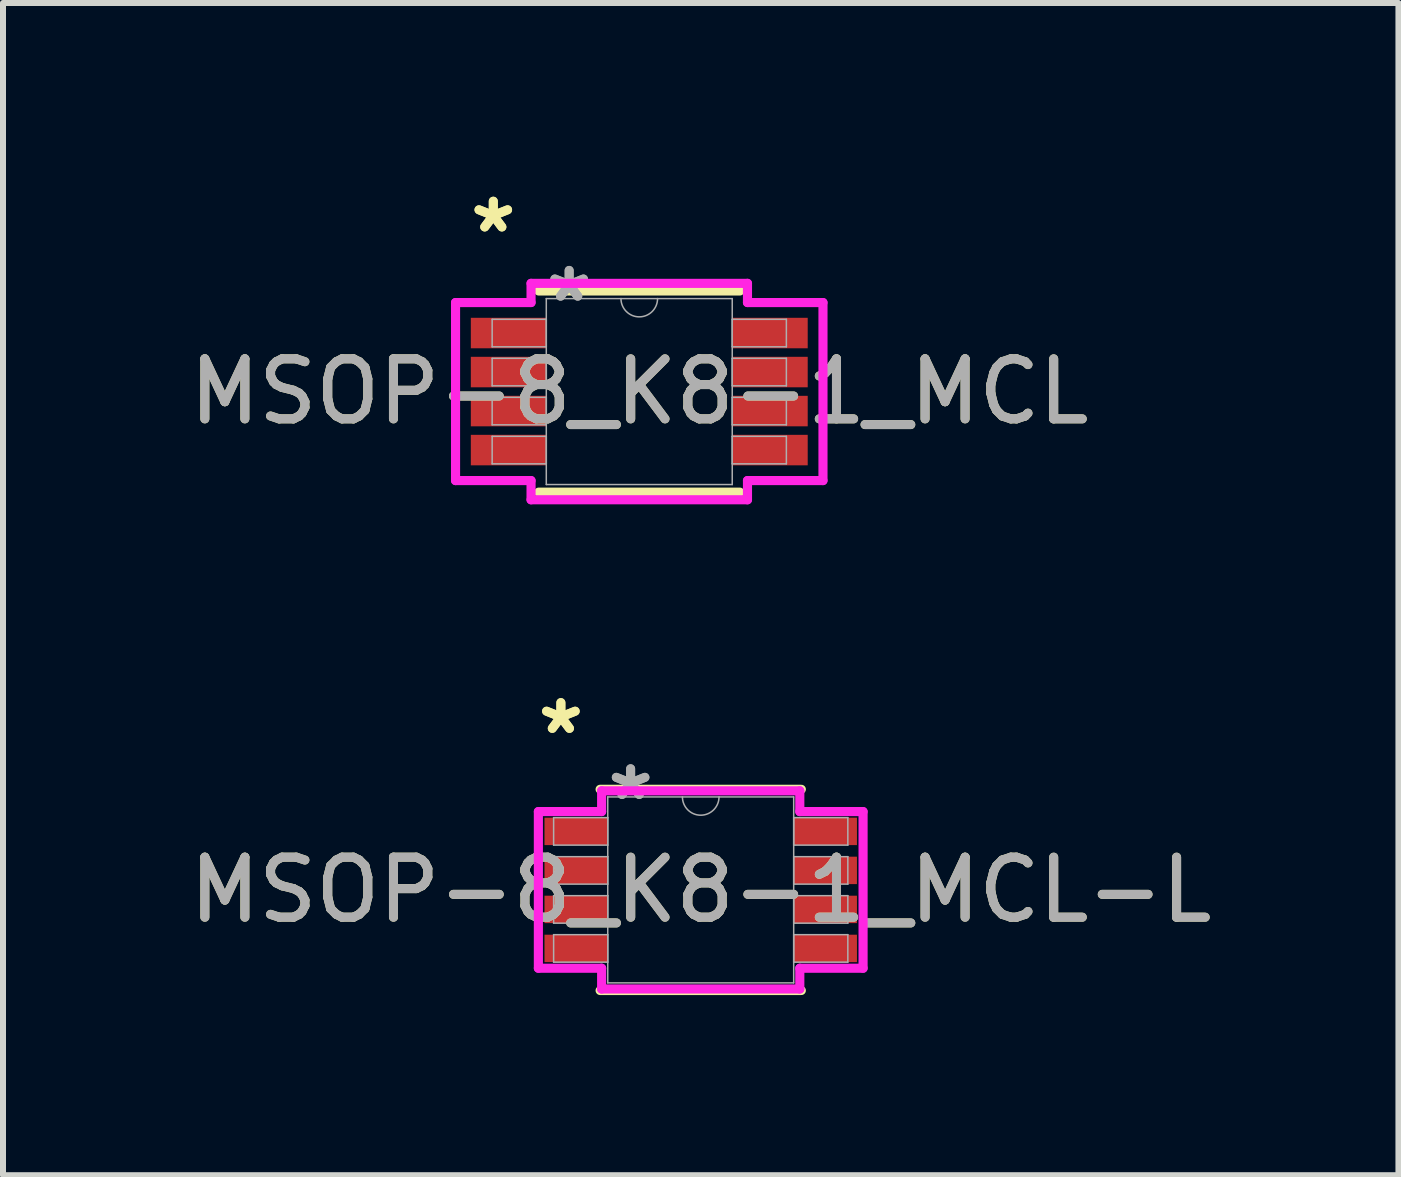
<source format=kicad_pcb>
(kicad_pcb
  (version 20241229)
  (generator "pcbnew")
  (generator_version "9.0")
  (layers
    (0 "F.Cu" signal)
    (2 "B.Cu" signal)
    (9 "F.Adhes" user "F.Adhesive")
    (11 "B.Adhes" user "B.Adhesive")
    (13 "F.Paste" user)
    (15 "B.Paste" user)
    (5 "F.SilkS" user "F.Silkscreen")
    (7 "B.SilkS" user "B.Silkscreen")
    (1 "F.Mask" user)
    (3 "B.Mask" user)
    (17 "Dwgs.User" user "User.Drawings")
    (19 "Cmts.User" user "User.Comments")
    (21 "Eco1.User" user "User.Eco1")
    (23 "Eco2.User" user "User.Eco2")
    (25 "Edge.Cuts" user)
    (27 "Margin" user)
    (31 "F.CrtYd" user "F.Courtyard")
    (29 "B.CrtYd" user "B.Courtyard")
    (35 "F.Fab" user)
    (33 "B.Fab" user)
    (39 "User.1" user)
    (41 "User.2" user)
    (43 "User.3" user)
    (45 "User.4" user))
  (footprint "MSOP-8_K8-1_MCL"
    (layer "F.Cu")
    (at 7.601 3.474)
    (property "Reference" "MSOP-8_K8-1_MCL" (at 0 0 0) (unlocked yes) (layer "F.SilkS") (effects (font (size 1 1) (thickness 0.15))))
    (attr smd)
    (fp_line (start -1.676 1.676) (end 1.676 1.676) (stroke (width 0.152) (type solid)) (layer "F.SilkS"))
    (fp_line (start 1.676 -1.676) (end -1.676 -1.676) (stroke (width 0.152) (type solid)) (layer "F.SilkS"))
    (fp_line (start -3.061 -1.483) (end -1.803 -1.483) (stroke (width 0.152) (type solid)) (layer "F.CrtYd"))
    (fp_line (start -3.061 1.483) (end -3.061 -1.483) (stroke (width 0.152) (type solid)) (layer "F.CrtYd"))
    (fp_line (start -3.061 1.483) (end -1.803 1.483) (stroke (width 0.152) (type solid)) (layer "F.CrtYd"))
    (fp_line (start -1.803 -1.803) (end 1.803 -1.803) (stroke (width 0.152) (type solid)) (layer "F.CrtYd"))
    (fp_line (start -1.803 -1.483) (end -1.803 -1.803) (stroke (width 0.152) (type solid)) (layer "F.CrtYd"))
    (fp_line (start -1.803 1.803) (end -1.803 1.483) (stroke (width 0.152) (type solid)) (layer "F.CrtYd"))
    (fp_line (start 1.803 -1.803) (end 1.803 -1.483) (stroke (width 0.152) (type solid)) (layer "F.CrtYd"))
    (fp_line (start 1.803 1.483) (end 1.803 1.803) (stroke (width 0.152) (type solid)) (layer "F.CrtYd"))
    (fp_line (start 1.803 1.803) (end -1.803 1.803) (stroke (width 0.152) (type solid)) (layer "F.CrtYd"))
    (fp_line (start 3.061 -1.483) (end 1.803 -1.483) (stroke (width 0.152) (type solid)) (layer "F.CrtYd"))
    (fp_line (start 3.061 -1.483) (end 3.061 1.483) (stroke (width 0.152) (type solid)) (layer "F.CrtYd"))
    (fp_line (start 3.061 1.483) (end 1.803 1.483) (stroke (width 0.152) (type solid)) (layer "F.CrtYd"))
    (fp_line (start -2.451 -1.204) (end -2.451 -0.746) (stroke (width 0.025) (type solid)) (layer "F.Fab"))
    (fp_line (start -2.451 -0.746) (end -1.549 -0.746) (stroke (width 0.025) (type solid)) (layer "F.Fab"))
    (fp_line (start -2.451 -0.554) (end -2.451 -0.096) (stroke (width 0.025) (type solid)) (layer "F.Fab"))
    (fp_line (start -2.451 -0.096) (end -1.549 -0.096) (stroke (width 0.025) (type solid)) (layer "F.Fab"))
    (fp_line (start -2.451 0.096) (end -2.451 0.554) (stroke (width 0.025) (type solid)) (layer "F.Fab"))
    (fp_line (start -2.451 0.554) (end -1.549 0.554) (stroke (width 0.025) (type solid)) (layer "F.Fab"))
    (fp_line (start -2.451 0.746) (end -2.451 1.204) (stroke (width 0.025) (type solid)) (layer "F.Fab"))
    (fp_line (start -2.451 1.204) (end -1.549 1.204) (stroke (width 0.025) (type solid)) (layer "F.Fab"))
    (fp_line (start -1.549 -1.549) (end -1.549 1.549) (stroke (width 0.025) (type solid)) (layer "F.Fab"))
    (fp_line (start -1.549 -1.204) (end -2.451 -1.204) (stroke (width 0.025) (type solid)) (layer "F.Fab"))
    (fp_line (start -1.549 -0.746) (end -1.549 -1.204) (stroke (width 0.025) (type solid)) (layer "F.Fab"))
    (fp_line (start -1.549 -0.554) (end -2.451 -0.554) (stroke (width 0.025) (type solid)) (layer "F.Fab"))
    (fp_line (start -1.549 -0.096) (end -1.549 -0.554) (stroke (width 0.025) (type solid)) (layer "F.Fab"))
    (fp_line (start -1.549 0.096) (end -2.451 0.096) (stroke (width 0.025) (type solid)) (layer "F.Fab"))
    (fp_line (start -1.549 0.554) (end -1.549 0.096) (stroke (width 0.025) (type solid)) (layer "F.Fab"))
    (fp_line (start -1.549 0.746) (end -2.451 0.746) (stroke (width 0.025) (type solid)) (layer "F.Fab"))
    (fp_line (start -1.549 1.204) (end -1.549 0.746) (stroke (width 0.025) (type solid)) (layer "F.Fab"))
    (fp_line (start -1.549 1.549) (end 1.549 1.549) (stroke (width 0.025) (type solid)) (layer "F.Fab"))
    (fp_line (start 1.549 -1.549) (end -1.549 -1.549) (stroke (width 0.025) (type solid)) (layer "F.Fab"))
    (fp_line (start 1.549 -1.204) (end 1.549 -0.746) (stroke (width 0.025) (type solid)) (layer "F.Fab"))
    (fp_line (start 1.549 -0.746) (end 2.451 -0.746) (stroke (width 0.025) (type solid)) (layer "F.Fab"))
    (fp_line (start 1.549 -0.554) (end 1.549 -0.096) (stroke (width 0.025) (type solid)) (layer "F.Fab"))
    (fp_line (start 1.549 -0.096) (end 2.451 -0.096) (stroke (width 0.025) (type solid)) (layer "F.Fab"))
    (fp_line (start 1.549 0.096) (end 1.549 0.554) (stroke (width 0.025) (type solid)) (layer "F.Fab"))
    (fp_line (start 1.549 0.554) (end 2.451 0.554) (stroke (width 0.025) (type solid)) (layer "F.Fab"))
    (fp_line (start 1.549 0.746) (end 1.549 1.204) (stroke (width 0.025) (type solid)) (layer "F.Fab"))
    (fp_line (start 1.549 1.204) (end 2.451 1.204) (stroke (width 0.025) (type solid)) (layer "F.Fab"))
    (fp_line (start 1.549 1.549) (end 1.549 -1.549) (stroke (width 0.025) (type solid)) (layer "F.Fab"))
    (fp_line (start 2.451 -1.204) (end 1.549 -1.204) (stroke (width 0.025) (type solid)) (layer "F.Fab"))
    (fp_line (start 2.451 -0.746) (end 2.451 -1.204) (stroke (width 0.025) (type solid)) (layer "F.Fab"))
    (fp_line (start 2.451 -0.554) (end 1.549 -0.554) (stroke (width 0.025) (type solid)) (layer "F.Fab"))
    (fp_line (start 2.451 -0.096) (end 2.451 -0.554) (stroke (width 0.025) (type solid)) (layer "F.Fab"))
    (fp_line (start 2.451 0.096) (end 1.549 0.096) (stroke (width 0.025) (type solid)) (layer "F.Fab"))
    (fp_line (start 2.451 0.554) (end 2.451 0.096) (stroke (width 0.025) (type solid)) (layer "F.Fab"))
    (fp_line (start 2.451 0.746) (end 1.549 0.746) (stroke (width 0.025) (type solid)) (layer "F.Fab"))
    (fp_line (start 2.451 1.204) (end 2.451 0.746) (stroke (width 0.025) (type solid)) (layer "F.Fab"))
    (fp_arc (start 0.3048 -1.5494) (mid 0 -1.2446) (end -0.3048 -1.5494) (stroke (width 0.0254) (type solid)) (layer "F.Fab"))
    (fp_text user "*" (at -2.432 -2.626 0) (layer "F.SilkS") (effects (font (size 1 1) (thickness 0.15))))
    (fp_text user "*" (at -2.432 -2.626 0) (unlocked yes) (layer "F.SilkS") (effects (font (size 1 1) (thickness 0.15))))
    (fp_text user "*" (at -1.168 -1.473 0) (layer "F.Fab") (effects (font (size 1 1) (thickness 0.15))))
    (fp_text user "*" (at -1.168 -1.473 0) (unlocked yes) (layer "F.Fab") (effects (font (size 1 1) (thickness 0.15))))
    (fp_text user "${REFERENCE}" (at 0 0 0) (unlocked yes) (layer "F.Fab") (effects (font (size 1 1) (thickness 0.15))))
    (pad "1" smd rect (at -2.178 -0.975) (size 1.257 0.508) (layers "F.Cu" "F.Mask" "F.Paste"))
    (pad "2" smd rect (at -2.178 -0.325) (size 1.257 0.508) (layers "F.Cu" "F.Mask" "F.Paste"))
    (pad "3" smd rect (at -2.178 0.325) (size 1.257 0.508) (layers "F.Cu" "F.Mask" "F.Paste"))
    (pad "4" smd rect (at -2.178 0.975) (size 1.257 0.508) (layers "F.Cu" "F.Mask" "F.Paste"))
    (pad "5" smd rect (at 2.178 0.975) (size 1.257 0.508) (layers "F.Cu" "F.Mask" "F.Paste"))
    (pad "6" smd rect (at 2.178 0.325) (size 1.257 0.508) (layers "F.Cu" "F.Mask" "F.Paste"))
    (pad "7" smd rect (at 2.178 -0.325) (size 1.257 0.508) (layers "F.Cu" "F.Mask" "F.Paste"))
    (pad "8" smd rect (at 2.178 -0.975) (size 1.257 0.508) (layers "F.Cu" "F.Mask" "F.Paste")))
  (footprint "MSOP-8_K8-1_MCL-L"
    (layer "F.Cu")
    (at 8.625 11.777)
    (property "Reference" "MSOP-8_K8-1_MCL-L" (at 0 0 0) (unlocked yes) (layer "F.SilkS") (effects (font (size 1 1) (thickness 0.15))))
    (attr smd)
    (fp_line (start -1.676 1.676) (end 1.676 1.676) (stroke (width 0.152) (type solid)) (layer "F.SilkS"))
    (fp_line (start 1.676 -1.676) (end -1.676 -1.676) (stroke (width 0.152) (type solid)) (layer "F.SilkS"))
    (fp_line (start -2.705 -1.305) (end -1.651 -1.305) (stroke (width 0.152) (type solid)) (layer "F.CrtYd"))
    (fp_line (start -2.705 1.305) (end -2.705 -1.305) (stroke (width 0.152) (type solid)) (layer "F.CrtYd"))
    (fp_line (start -2.705 1.305) (end -1.651 1.305) (stroke (width 0.152) (type solid)) (layer "F.CrtYd"))
    (fp_line (start -1.651 -1.651) (end 1.651 -1.651) (stroke (width 0.152) (type solid)) (layer "F.CrtYd"))
    (fp_line (start -1.651 -1.305) (end -1.651 -1.651) (stroke (width 0.152) (type solid)) (layer "F.CrtYd"))
    (fp_line (start -1.651 1.651) (end -1.651 1.305) (stroke (width 0.152) (type solid)) (layer "F.CrtYd"))
    (fp_line (start 1.651 -1.651) (end 1.651 -1.305) (stroke (width 0.152) (type solid)) (layer "F.CrtYd"))
    (fp_line (start 1.651 1.305) (end 1.651 1.651) (stroke (width 0.152) (type solid)) (layer "F.CrtYd"))
    (fp_line (start 1.651 1.651) (end -1.651 1.651) (stroke (width 0.152) (type solid)) (layer "F.CrtYd"))
    (fp_line (start 2.705 -1.305) (end 1.651 -1.305) (stroke (width 0.152) (type solid)) (layer "F.CrtYd"))
    (fp_line (start 2.705 -1.305) (end 2.705 1.305) (stroke (width 0.152) (type solid)) (layer "F.CrtYd"))
    (fp_line (start 2.705 1.305) (end 1.651 1.305) (stroke (width 0.152) (type solid)) (layer "F.CrtYd"))
    (fp_line (start -2.451 -1.204) (end -2.451 -0.746) (stroke (width 0.025) (type solid)) (layer "F.Fab"))
    (fp_line (start -2.451 -0.746) (end -1.549 -0.746) (stroke (width 0.025) (type solid)) (layer "F.Fab"))
    (fp_line (start -2.451 -0.554) (end -2.451 -0.096) (stroke (width 0.025) (type solid)) (layer "F.Fab"))
    (fp_line (start -2.451 -0.096) (end -1.549 -0.096) (stroke (width 0.025) (type solid)) (layer "F.Fab"))
    (fp_line (start -2.451 0.096) (end -2.451 0.554) (stroke (width 0.025) (type solid)) (layer "F.Fab"))
    (fp_line (start -2.451 0.554) (end -1.549 0.554) (stroke (width 0.025) (type solid)) (layer "F.Fab"))
    (fp_line (start -2.451 0.746) (end -2.451 1.204) (stroke (width 0.025) (type solid)) (layer "F.Fab"))
    (fp_line (start -2.451 1.204) (end -1.549 1.204) (stroke (width 0.025) (type solid)) (layer "F.Fab"))
    (fp_line (start -1.549 -1.549) (end -1.549 1.549) (stroke (width 0.025) (type solid)) (layer "F.Fab"))
    (fp_line (start -1.549 -1.204) (end -2.451 -1.204) (stroke (width 0.025) (type solid)) (layer "F.Fab"))
    (fp_line (start -1.549 -0.746) (end -1.549 -1.204) (stroke (width 0.025) (type solid)) (layer "F.Fab"))
    (fp_line (start -1.549 -0.554) (end -2.451 -0.554) (stroke (width 0.025) (type solid)) (layer "F.Fab"))
    (fp_line (start -1.549 -0.096) (end -1.549 -0.554) (stroke (width 0.025) (type solid)) (layer "F.Fab"))
    (fp_line (start -1.549 0.096) (end -2.451 0.096) (stroke (width 0.025) (type solid)) (layer "F.Fab"))
    (fp_line (start -1.549 0.554) (end -1.549 0.096) (stroke (width 0.025) (type solid)) (layer "F.Fab"))
    (fp_line (start -1.549 0.746) (end -2.451 0.746) (stroke (width 0.025) (type solid)) (layer "F.Fab"))
    (fp_line (start -1.549 1.204) (end -1.549 0.746) (stroke (width 0.025) (type solid)) (layer "F.Fab"))
    (fp_line (start -1.549 1.549) (end 1.549 1.549) (stroke (width 0.025) (type solid)) (layer "F.Fab"))
    (fp_line (start 1.549 -1.549) (end -1.549 -1.549) (stroke (width 0.025) (type solid)) (layer "F.Fab"))
    (fp_line (start 1.549 -1.204) (end 1.549 -0.746) (stroke (width 0.025) (type solid)) (layer "F.Fab"))
    (fp_line (start 1.549 -0.746) (end 2.451 -0.746) (stroke (width 0.025) (type solid)) (layer "F.Fab"))
    (fp_line (start 1.549 -0.554) (end 1.549 -0.096) (stroke (width 0.025) (type solid)) (layer "F.Fab"))
    (fp_line (start 1.549 -0.096) (end 2.451 -0.096) (stroke (width 0.025) (type solid)) (layer "F.Fab"))
    (fp_line (start 1.549 0.096) (end 1.549 0.554) (stroke (width 0.025) (type solid)) (layer "F.Fab"))
    (fp_line (start 1.549 0.554) (end 2.451 0.554) (stroke (width 0.025) (type solid)) (layer "F.Fab"))
    (fp_line (start 1.549 0.746) (end 1.549 1.204) (stroke (width 0.025) (type solid)) (layer "F.Fab"))
    (fp_line (start 1.549 1.204) (end 2.451 1.204) (stroke (width 0.025) (type solid)) (layer "F.Fab"))
    (fp_line (start 1.549 1.549) (end 1.549 -1.549) (stroke (width 0.025) (type solid)) (layer "F.Fab"))
    (fp_line (start 2.451 -1.204) (end 1.549 -1.204) (stroke (width 0.025) (type solid)) (layer "F.Fab"))
    (fp_line (start 2.451 -0.746) (end 2.451 -1.204) (stroke (width 0.025) (type solid)) (layer "F.Fab"))
    (fp_line (start 2.451 -0.554) (end 1.549 -0.554) (stroke (width 0.025) (type solid)) (layer "F.Fab"))
    (fp_line (start 2.451 -0.096) (end 2.451 -0.554) (stroke (width 0.025) (type solid)) (layer "F.Fab"))
    (fp_line (start 2.451 0.096) (end 1.549 0.096) (stroke (width 0.025) (type solid)) (layer "F.Fab"))
    (fp_line (start 2.451 0.554) (end 2.451 0.096) (stroke (width 0.025) (type solid)) (layer "F.Fab"))
    (fp_line (start 2.451 0.746) (end 1.549 0.746) (stroke (width 0.025) (type solid)) (layer "F.Fab"))
    (fp_line (start 2.451 1.204) (end 2.451 0.746) (stroke (width 0.025) (type solid)) (layer "F.Fab"))
    (fp_arc (start 0.3048 -1.5494) (mid 0 -1.2446) (end -0.3048 -1.5494) (stroke (width 0.0254) (type solid)) (layer "F.Fab"))
    (fp_text user "*" (at -2.33 -2.575 0) (unlocked yes) (layer "F.SilkS") (effects (font (size 1 1) (thickness 0.15))))
    (fp_text user "*" (at -2.33 -2.575 0) (layer "F.SilkS") (effects (font (size 1 1) (thickness 0.15))))
    (fp_text user "*" (at -1.168 -1.473 0) (layer "F.Fab") (effects (font (size 1 1) (thickness 0.15))))
    (fp_text user "${REFERENCE}" (at 0 0 0) (unlocked yes) (layer "F.Fab") (effects (font (size 1 1) (thickness 0.15))))
    (fp_text user "*" (at -1.168 -1.473 0) (unlocked yes) (layer "F.Fab") (effects (font (size 1 1) (thickness 0.15))))
    (pad "1" smd rect (at -2.076 -0.975) (size 1.054 0.457) (layers "F.Cu" "F.Mask" "F.Paste"))
    (pad "2" smd rect (at -2.076 -0.325) (size 1.054 0.457) (layers "F.Cu" "F.Mask" "F.Paste"))
    (pad "3" smd rect (at -2.076 0.325) (size 1.054 0.457) (layers "F.Cu" "F.Mask" "F.Paste"))
    (pad "4" smd rect (at -2.076 0.975) (size 1.054 0.457) (layers "F.Cu" "F.Mask" "F.Paste"))
    (pad "5" smd rect (at 2.076 0.975) (size 1.054 0.457) (layers "F.Cu" "F.Mask" "F.Paste"))
    (pad "6" smd rect (at 2.076 0.325) (size 1.054 0.457) (layers "F.Cu" "F.Mask" "F.Paste"))
    (pad "7" smd rect (at 2.076 -0.325) (size 1.054 0.457) (layers "F.Cu" "F.Mask" "F.Paste"))
    (pad "8" smd rect (at 2.076 -0.975) (size 1.054 0.457) (layers "F.Cu" "F.Mask" "F.Paste")))
  (gr_rect
    (start -3 -3)
    (end 20.25 16.53)
    (stroke (width 0.1) (type default))
    (fill no)
    (layer "Edge.Cuts")))
</source>
